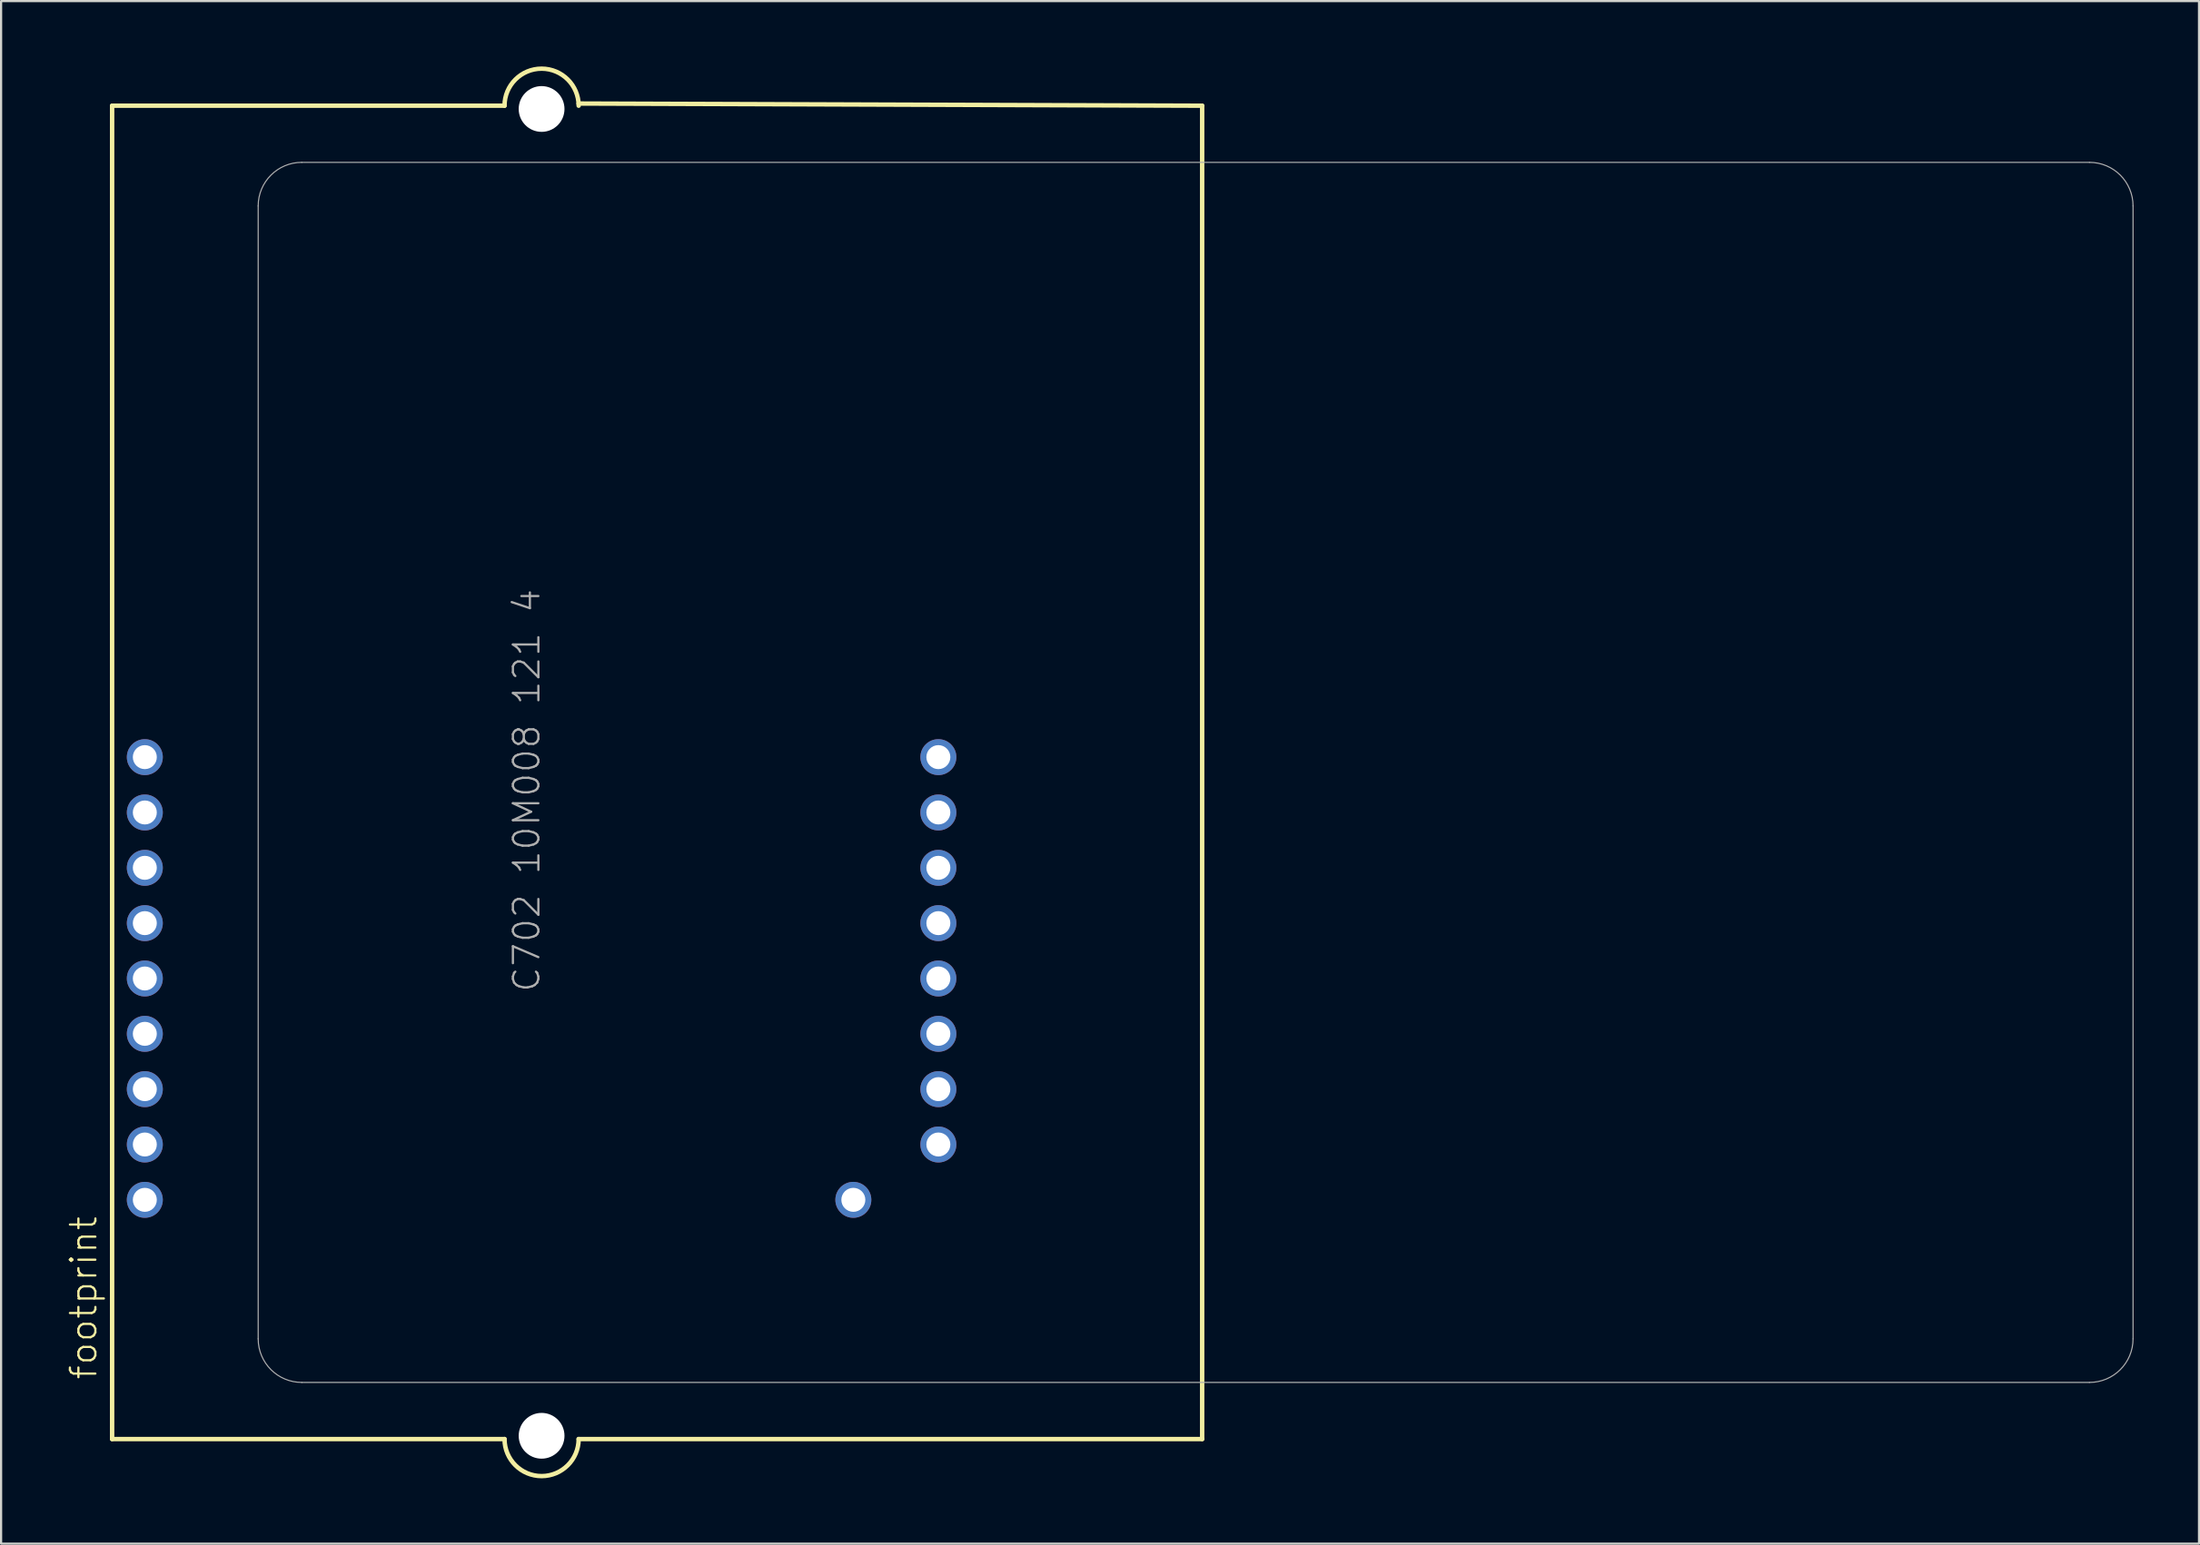
<source format=kicad_pcb>
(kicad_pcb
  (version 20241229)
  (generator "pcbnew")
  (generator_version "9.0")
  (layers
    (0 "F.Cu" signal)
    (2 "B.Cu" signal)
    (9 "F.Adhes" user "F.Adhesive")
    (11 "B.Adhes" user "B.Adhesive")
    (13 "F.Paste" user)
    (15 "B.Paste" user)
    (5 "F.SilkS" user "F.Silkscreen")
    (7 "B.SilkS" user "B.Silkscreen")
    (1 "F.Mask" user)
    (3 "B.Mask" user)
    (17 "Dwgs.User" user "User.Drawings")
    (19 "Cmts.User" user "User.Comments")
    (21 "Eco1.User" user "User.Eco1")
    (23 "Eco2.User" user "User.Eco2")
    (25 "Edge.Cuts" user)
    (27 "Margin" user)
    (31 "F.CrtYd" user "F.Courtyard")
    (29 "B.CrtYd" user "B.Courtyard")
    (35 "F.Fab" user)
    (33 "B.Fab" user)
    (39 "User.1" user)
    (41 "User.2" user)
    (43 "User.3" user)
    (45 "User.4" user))
  (footprint "footprint"
    (layer "F.Cu")
    (at 21.793 32.402)
    (property "Reference" "footprint" (at -20.32 27.94 90) (layer "F.SilkS") (effects (font (size 1.168 1.168) (thickness 0.102)) (justify left bottom)))
    (fp_line (start -19.7 -30.6) (end -1.7 -30.6) (stroke (width 0.203) (type solid)) (layer "F.SilkS"))
    (fp_line (start -19.7 30.6) (end -19.7 -30.6) (stroke (width 0.203) (type solid)) (layer "F.SilkS"))
    (fp_line (start -1.7 30.6) (end -19.7 30.6) (stroke (width 0.203) (type solid)) (layer "F.SilkS"))
    (fp_line (start 1.7 -30.7) (end 30.3 -30.6) (stroke (width 0.203) (type solid)) (layer "F.SilkS"))
    (fp_line (start 30.3 -30.6) (end 30.3 30.6) (stroke (width 0.203) (type solid)) (layer "F.SilkS"))
    (fp_line (start 30.3 30.6) (end 1.7 30.6) (stroke (width 0.203) (type solid)) (layer "F.SilkS"))
    (fp_arc (start -1.7 -30.6) (mid 0 -32.3) (end 1.7 -30.6) (stroke (width 0.2032) (type solid)) (layer "F.SilkS"))
    (fp_arc (start 1.7 30.6) (mid 0 32.3) (end -1.7 30.6) (stroke (width 0.2032) (type solid)) (layer "F.SilkS"))
    (fp_line (start -13 26) (end -13 -26) (stroke (width 0.051) (type solid)) (layer "F.Fab"))
    (fp_line (start -11 -28) (end 71 -28) (stroke (width 0.051) (type solid)) (layer "F.Fab"))
    (fp_line (start 71 28) (end -11 28) (stroke (width 0.051) (type solid)) (layer "F.Fab"))
    (fp_line (start 73 -26) (end 73 26) (stroke (width 0.051) (type solid)) (layer "F.Fab"))
    (fp_arc (start -13 -26) (mid -12.414214 -27.414214) (end -11 -28) (stroke (width 0.0508) (type solid)) (layer "F.Fab"))
    (fp_arc (start -11 28) (mid -12.414214 27.414214) (end -13 26) (stroke (width 0.0508) (type solid)) (layer "F.Fab"))
    (fp_arc (start 71 -28) (mid 72.414214 -27.414214) (end 73 -26) (stroke (width 0.0508) (type solid)) (layer "F.Fab"))
    (fp_arc (start 73 26) (mid 72.414214 27.414214) (end 71 28) (stroke (width 0.0508) (type solid)) (layer "F.Fab"))
    (fp_text user "C702 10M008 121 4" (at 0 10.16 90) (layer "F.Fab") (effects (font (size 1.168 1.168) (thickness 0.102)) (justify left bottom)))
    (pad "" np_thru_hole circle (at 0 -30.45) (size 2.1 2.1) (drill 2.1) (layers "*.Cu" "*.Mask"))
    (pad "" np_thru_hole circle (at 0 30.45) (size 2.1 2.1) (drill 2.1) (layers "*.Cu" "*.Mask"))
    (pad "C1" thru_hole circle (at 18.2 9.46) (size 1.65 1.65) (drill 1.1) (layers "*.Cu" "*.Mask"))
    (pad "C2" thru_hole circle (at 18.2 12) (size 1.65 1.65) (drill 1.1) (layers "*.Cu" "*.Mask"))
    (pad "C3" thru_hole circle (at 18.2 14.54) (size 1.65 1.65) (drill 1.1) (layers "*.Cu" "*.Mask"))
    (pad "C4" thru_hole circle (at 18.2 17.08) (size 1.65 1.65) (drill 1.1) (layers "*.Cu" "*.Mask"))
    (pad "C5" thru_hole circle (at -18.2 9.46) (size 1.65 1.65) (drill 1.1) (layers "*.Cu" "*.Mask"))
    (pad "C6" thru_hole circle (at -18.2 12) (size 1.65 1.65) (drill 1.1) (layers "*.Cu" "*.Mask"))
    (pad "C7" thru_hole circle (at -18.2 14.54) (size 1.65 1.65) (drill 1.1) (layers "*.Cu" "*.Mask"))
    (pad "C8" thru_hole circle (at -18.2 17.08) (size 1.65 1.65) (drill 1.1) (layers "*.Cu" "*.Mask"))
    (pad "C_1" thru_hole circle (at -18.2 6.92) (size 1.65 1.65) (drill 1.1) (layers "*.Cu" "*.Mask"))
    (pad "C_2" thru_hole circle (at -18.2 4.38) (size 1.65 1.65) (drill 1.1) (layers "*.Cu" "*.Mask"))
    (pad "C_3" thru_hole circle (at -18.2 1.84) (size 1.65 1.65) (drill 1.1) (layers "*.Cu" "*.Mask"))
    (pad "C_4" thru_hole circle (at -18.2 -0.7) (size 1.65 1.65) (drill 1.1) (layers "*.Cu" "*.Mask"))
    (pad "C_5" thru_hole circle (at 18.2 6.92) (size 1.65 1.65) (drill 1.1) (layers "*.Cu" "*.Mask"))
    (pad "C_6" thru_hole circle (at 18.2 4.38) (size 1.65 1.65) (drill 1.1) (layers "*.Cu" "*.Mask"))
    (pad "C_7" thru_hole circle (at 18.2 1.84) (size 1.65 1.65) (drill 1.1) (layers "*.Cu" "*.Mask"))
    (pad "C_8" thru_hole circle (at 18.2 -0.7) (size 1.65 1.65) (drill 1.1) (layers "*.Cu" "*.Mask"))
    (pad "S1" thru_hole circle (at 14.3 19.62) (size 1.65 1.65) (drill 1.1) (layers "*.Cu" "*.Mask"))
    (pad "S2" thru_hole circle (at -18.2 19.62) (size 1.65 1.65) (drill 1.1) (layers "*.Cu" "*.Mask")))
  (gr_rect
    (start -3 -3)
    (end 97.819 67.803)
    (stroke (width 0.1) (type default))
    (fill no)
    (layer "Edge.Cuts")))
</source>
